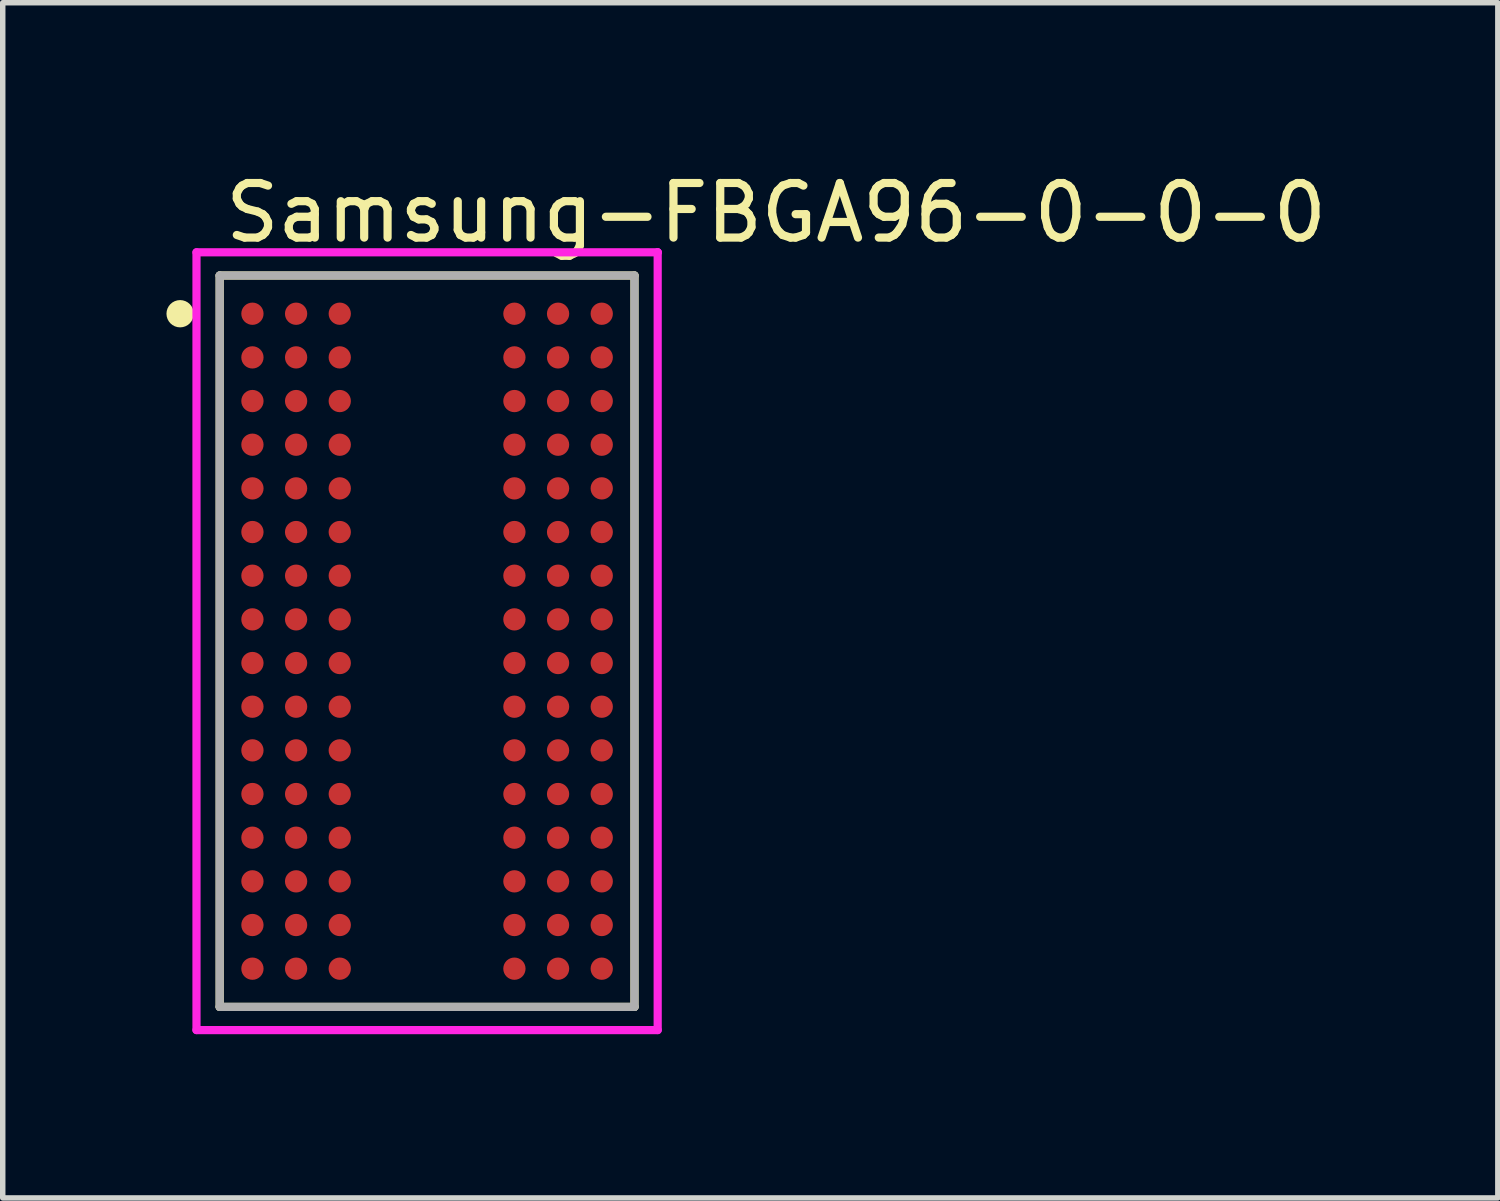
<source format=kicad_pcb>
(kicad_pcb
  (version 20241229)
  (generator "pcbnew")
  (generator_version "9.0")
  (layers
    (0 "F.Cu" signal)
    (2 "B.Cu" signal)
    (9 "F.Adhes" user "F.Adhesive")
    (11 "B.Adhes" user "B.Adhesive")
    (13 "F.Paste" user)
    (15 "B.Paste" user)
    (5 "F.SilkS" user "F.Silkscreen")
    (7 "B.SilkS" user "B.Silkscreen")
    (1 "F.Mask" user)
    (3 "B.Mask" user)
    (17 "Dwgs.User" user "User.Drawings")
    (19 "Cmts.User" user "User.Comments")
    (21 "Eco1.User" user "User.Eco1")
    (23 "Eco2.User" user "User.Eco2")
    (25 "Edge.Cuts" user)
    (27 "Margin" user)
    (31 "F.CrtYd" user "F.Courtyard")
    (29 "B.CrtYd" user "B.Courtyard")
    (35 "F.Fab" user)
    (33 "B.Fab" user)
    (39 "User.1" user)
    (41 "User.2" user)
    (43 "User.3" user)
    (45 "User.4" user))
  (footprint "Samsung-FBGA96-0-0-0"
    (layer "F.Cu")
    (at 4.775 8.698)
    (property "Reference" "Samsung-FBGA96-0-0-0" (at -3.775 -7.85 0) (layer "F.SilkS") (effects (font (size 1 1) (thickness 0.15)) (justify left)))
    (attr through_hole)
    (fp_line (start -3.8 -6.7) (end 3.8 -6.7) (stroke (width 0.15) (type solid)) (layer "F.SilkS"))
    (fp_line (start -3.8 6.7) (end -3.8 -6.7) (stroke (width 0.15) (type solid)) (layer "F.SilkS"))
    (fp_line (start -3.8 6.7) (end 3.8 6.7) (stroke (width 0.15) (type solid)) (layer "F.SilkS"))
    (fp_line (start 3.8 6.7) (end 3.8 -6.7) (stroke (width 0.15) (type solid)) (layer "F.SilkS"))
    (fp_circle (center -4.525 -6) (end -4.4 -6) (stroke (width 0.25) (type solid)) (fill no) (layer "F.SilkS"))
    (fp_line (start -4.225 -7.125) (end -4.225 7.125) (stroke (width 0.15) (type solid)) (layer "F.CrtYd"))
    (fp_line (start -4.225 7.125) (end 4.225 7.125) (stroke (width 0.15) (type solid)) (layer "F.CrtYd"))
    (fp_line (start 4.225 -7.125) (end -4.225 -7.125) (stroke (width 0.15) (type solid)) (layer "F.CrtYd"))
    (fp_line (start 4.225 -7.125) (end 4.225 -7.125) (stroke (width 0.15) (type solid)) (layer "F.CrtYd"))
    (fp_line (start 4.225 7.125) (end 4.225 -7.125) (stroke (width 0.15) (type solid)) (layer "F.CrtYd"))
    (fp_line (start -3.8 -6.7) (end 3.8 -6.7) (stroke (width 0.15) (type solid)) (layer "F.Fab"))
    (fp_line (start -3.8 6.7) (end -3.8 -6.7) (stroke (width 0.15) (type solid)) (layer "F.Fab"))
    (fp_line (start 3.8 -6.7) (end 3.8 6.7) (stroke (width 0.15) (type solid)) (layer "F.Fab"))
    (fp_line (start 3.8 6.7) (end -3.8 6.7) (stroke (width 0.15) (type solid)) (layer "F.Fab"))
    (pad "A1" smd circle (at -3.2 -6) (size 0.408 0.408) (layers "F.Cu" "F.Mask" "F.Paste"))
    (pad "A2" smd circle (at -2.4 -6) (size 0.408 0.408) (layers "F.Cu" "F.Mask" "F.Paste"))
    (pad "A3" smd circle (at -1.6 -6) (size 0.408 0.408) (layers "F.Cu" "F.Mask" "F.Paste"))
    (pad "A7" smd circle (at 1.6 -6) (size 0.408 0.408) (layers "F.Cu" "F.Mask" "F.Paste"))
    (pad "A8" smd circle (at 2.4 -6) (size 0.408 0.408) (layers "F.Cu" "F.Mask" "F.Paste"))
    (pad "A9" smd circle (at 3.2 -6) (size 0.408 0.408) (layers "F.Cu" "F.Mask" "F.Paste"))
    (pad "B1" smd circle (at -3.2 -5.2) (size 0.408 0.408) (layers "F.Cu" "F.Mask" "F.Paste"))
    (pad "B2" smd circle (at -2.4 -5.2) (size 0.408 0.408) (layers "F.Cu" "F.Mask" "F.Paste"))
    (pad "B3" smd circle (at -1.6 -5.2) (size 0.408 0.408) (layers "F.Cu" "F.Mask" "F.Paste"))
    (pad "B7" smd circle (at 1.6 -5.2) (size 0.408 0.408) (layers "F.Cu" "F.Mask" "F.Paste"))
    (pad "B8" smd circle (at 2.4 -5.2) (size 0.408 0.408) (layers "F.Cu" "F.Mask" "F.Paste"))
    (pad "B9" smd circle (at 3.2 -5.2) (size 0.408 0.408) (layers "F.Cu" "F.Mask" "F.Paste"))
    (pad "C1" smd circle (at -3.2 -4.4) (size 0.408 0.408) (layers "F.Cu" "F.Mask" "F.Paste"))
    (pad "C2" smd circle (at -2.4 -4.4) (size 0.408 0.408) (layers "F.Cu" "F.Mask" "F.Paste"))
    (pad "C3" smd circle (at -1.6 -4.4) (size 0.408 0.408) (layers "F.Cu" "F.Mask" "F.Paste"))
    (pad "C7" smd circle (at 1.6 -4.4) (size 0.408 0.408) (layers "F.Cu" "F.Mask" "F.Paste"))
    (pad "C8" smd circle (at 2.4 -4.4) (size 0.408 0.408) (layers "F.Cu" "F.Mask" "F.Paste"))
    (pad "C9" smd circle (at 3.2 -4.4) (size 0.408 0.408) (layers "F.Cu" "F.Mask" "F.Paste"))
    (pad "D1" smd circle (at -3.2 -3.6) (size 0.408 0.408) (layers "F.Cu" "F.Mask" "F.Paste"))
    (pad "D2" smd circle (at -2.4 -3.6) (size 0.408 0.408) (layers "F.Cu" "F.Mask" "F.Paste"))
    (pad "D3" smd circle (at -1.6 -3.6) (size 0.408 0.408) (layers "F.Cu" "F.Mask" "F.Paste"))
    (pad "D7" smd circle (at 1.6 -3.6) (size 0.408 0.408) (layers "F.Cu" "F.Mask" "F.Paste"))
    (pad "D8" smd circle (at 2.4 -3.6) (size 0.408 0.408) (layers "F.Cu" "F.Mask" "F.Paste"))
    (pad "D9" smd circle (at 3.2 -3.6) (size 0.408 0.408) (layers "F.Cu" "F.Mask" "F.Paste"))
    (pad "E1" smd circle (at -3.2 -2.8) (size 0.408 0.408) (layers "F.Cu" "F.Mask" "F.Paste"))
    (pad "E2" smd circle (at -2.4 -2.8) (size 0.408 0.408) (layers "F.Cu" "F.Mask" "F.Paste"))
    (pad "E3" smd circle (at -1.6 -2.8) (size 0.408 0.408) (layers "F.Cu" "F.Mask" "F.Paste"))
    (pad "E7" smd circle (at 1.6 -2.8) (size 0.408 0.408) (layers "F.Cu" "F.Mask" "F.Paste"))
    (pad "E8" smd circle (at 2.4 -2.8) (size 0.408 0.408) (layers "F.Cu" "F.Mask" "F.Paste"))
    (pad "E9" smd circle (at 3.2 -2.8) (size 0.408 0.408) (layers "F.Cu" "F.Mask" "F.Paste"))
    (pad "F1" smd circle (at -3.2 -2) (size 0.408 0.408) (layers "F.Cu" "F.Mask" "F.Paste"))
    (pad "F2" smd circle (at -2.4 -2) (size 0.408 0.408) (layers "F.Cu" "F.Mask" "F.Paste"))
    (pad "F3" smd circle (at -1.6 -2) (size 0.408 0.408) (layers "F.Cu" "F.Mask" "F.Paste"))
    (pad "F7" smd circle (at 1.6 -2) (size 0.408 0.408) (layers "F.Cu" "F.Mask" "F.Paste"))
    (pad "F8" smd circle (at 2.4 -2) (size 0.408 0.408) (layers "F.Cu" "F.Mask" "F.Paste"))
    (pad "F9" smd circle (at 3.2 -2) (size 0.408 0.408) (layers "F.Cu" "F.Mask" "F.Paste"))
    (pad "G1" smd circle (at -3.2 -1.2) (size 0.408 0.408) (layers "F.Cu" "F.Mask" "F.Paste"))
    (pad "G2" smd circle (at -2.4 -1.2) (size 0.408 0.408) (layers "F.Cu" "F.Mask" "F.Paste"))
    (pad "G3" smd circle (at -1.6 -1.2) (size 0.408 0.408) (layers "F.Cu" "F.Mask" "F.Paste"))
    (pad "G7" smd circle (at 1.6 -1.2) (size 0.408 0.408) (layers "F.Cu" "F.Mask" "F.Paste"))
    (pad "G8" smd circle (at 2.4 -1.2) (size 0.408 0.408) (layers "F.Cu" "F.Mask" "F.Paste"))
    (pad "G9" smd circle (at 3.2 -1.2) (size 0.408 0.408) (layers "F.Cu" "F.Mask" "F.Paste"))
    (pad "H1" smd circle (at -3.2 -0.4) (size 0.408 0.408) (layers "F.Cu" "F.Mask" "F.Paste"))
    (pad "H2" smd circle (at -2.4 -0.4) (size 0.408 0.408) (layers "F.Cu" "F.Mask" "F.Paste"))
    (pad "H3" smd circle (at -1.6 -0.4) (size 0.408 0.408) (layers "F.Cu" "F.Mask" "F.Paste"))
    (pad "H7" smd circle (at 1.6 -0.4) (size 0.408 0.408) (layers "F.Cu" "F.Mask" "F.Paste"))
    (pad "H8" smd circle (at 2.4 -0.4) (size 0.408 0.408) (layers "F.Cu" "F.Mask" "F.Paste"))
    (pad "H9" smd circle (at 3.2 -0.4) (size 0.408 0.408) (layers "F.Cu" "F.Mask" "F.Paste"))
    (pad "J1" smd circle (at -3.2 0.4) (size 0.408 0.408) (layers "F.Cu" "F.Mask" "F.Paste"))
    (pad "J2" smd circle (at -2.4 0.4) (size 0.408 0.408) (layers "F.Cu" "F.Mask" "F.Paste"))
    (pad "J3" smd circle (at -1.6 0.4) (size 0.408 0.408) (layers "F.Cu" "F.Mask" "F.Paste"))
    (pad "J7" smd circle (at 1.6 0.4) (size 0.408 0.408) (layers "F.Cu" "F.Mask" "F.Paste"))
    (pad "J8" smd circle (at 2.4 0.4) (size 0.408 0.408) (layers "F.Cu" "F.Mask" "F.Paste"))
    (pad "J9" smd circle (at 3.2 0.4) (size 0.408 0.408) (layers "F.Cu" "F.Mask" "F.Paste"))
    (pad "K1" smd circle (at -3.2 1.2) (size 0.408 0.408) (layers "F.Cu" "F.Mask" "F.Paste"))
    (pad "K2" smd circle (at -2.4 1.2) (size 0.408 0.408) (layers "F.Cu" "F.Mask" "F.Paste"))
    (pad "K3" smd circle (at -1.6 1.2) (size 0.408 0.408) (layers "F.Cu" "F.Mask" "F.Paste"))
    (pad "K7" smd circle (at 1.6 1.2) (size 0.408 0.408) (layers "F.Cu" "F.Mask" "F.Paste"))
    (pad "K8" smd circle (at 2.4 1.2) (size 0.408 0.408) (layers "F.Cu" "F.Mask" "F.Paste"))
    (pad "K9" smd circle (at 3.2 1.2) (size 0.408 0.408) (layers "F.Cu" "F.Mask" "F.Paste"))
    (pad "L1" smd circle (at -3.2 2) (size 0.408 0.408) (layers "F.Cu" "F.Mask" "F.Paste"))
    (pad "L2" smd circle (at -2.4 2) (size 0.408 0.408) (layers "F.Cu" "F.Mask" "F.Paste"))
    (pad "L3" smd circle (at -1.6 2) (size 0.408 0.408) (layers "F.Cu" "F.Mask" "F.Paste"))
    (pad "L7" smd circle (at 1.6 2) (size 0.408 0.408) (layers "F.Cu" "F.Mask" "F.Paste"))
    (pad "L8" smd circle (at 2.4 2) (size 0.408 0.408) (layers "F.Cu" "F.Mask" "F.Paste"))
    (pad "L9" smd circle (at 3.2 2) (size 0.408 0.408) (layers "F.Cu" "F.Mask" "F.Paste"))
    (pad "M1" smd circle (at -3.2 2.8) (size 0.408 0.408) (layers "F.Cu" "F.Mask" "F.Paste"))
    (pad "M2" smd circle (at -2.4 2.8) (size 0.408 0.408) (layers "F.Cu" "F.Mask" "F.Paste"))
    (pad "M3" smd circle (at -1.6 2.8) (size 0.408 0.408) (layers "F.Cu" "F.Mask" "F.Paste"))
    (pad "M7" smd circle (at 1.6 2.8) (size 0.408 0.408) (layers "F.Cu" "F.Mask" "F.Paste"))
    (pad "M8" smd circle (at 2.4 2.8) (size 0.408 0.408) (layers "F.Cu" "F.Mask" "F.Paste"))
    (pad "M9" smd circle (at 3.2 2.8) (size 0.408 0.408) (layers "F.Cu" "F.Mask" "F.Paste"))
    (pad "N1" smd circle (at -3.2 3.6) (size 0.408 0.408) (layers "F.Cu" "F.Mask" "F.Paste"))
    (pad "N2" smd circle (at -2.4 3.6) (size 0.408 0.408) (layers "F.Cu" "F.Mask" "F.Paste"))
    (pad "N3" smd circle (at -1.6 3.6) (size 0.408 0.408) (layers "F.Cu" "F.Mask" "F.Paste"))
    (pad "N7" smd circle (at 1.6 3.6) (size 0.408 0.408) (layers "F.Cu" "F.Mask" "F.Paste"))
    (pad "N8" smd circle (at 2.4 3.6) (size 0.408 0.408) (layers "F.Cu" "F.Mask" "F.Paste"))
    (pad "N9" smd circle (at 3.2 3.6) (size 0.408 0.408) (layers "F.Cu" "F.Mask" "F.Paste"))
    (pad "P1" smd circle (at -3.2 4.4) (size 0.408 0.408) (layers "F.Cu" "F.Mask" "F.Paste"))
    (pad "P2" smd circle (at -2.4 4.4) (size 0.408 0.408) (layers "F.Cu" "F.Mask" "F.Paste"))
    (pad "P3" smd circle (at -1.6 4.4) (size 0.408 0.408) (layers "F.Cu" "F.Mask" "F.Paste"))
    (pad "P7" smd circle (at 1.6 4.4) (size 0.408 0.408) (layers "F.Cu" "F.Mask" "F.Paste"))
    (pad "P8" smd circle (at 2.4 4.4) (size 0.408 0.408) (layers "F.Cu" "F.Mask" "F.Paste"))
    (pad "P9" smd circle (at 3.2 4.4) (size 0.408 0.408) (layers "F.Cu" "F.Mask" "F.Paste"))
    (pad "R1" smd circle (at -3.2 5.2) (size 0.408 0.408) (layers "F.Cu" "F.Mask" "F.Paste"))
    (pad "R2" smd circle (at -2.4 5.2) (size 0.408 0.408) (layers "F.Cu" "F.Mask" "F.Paste"))
    (pad "R3" smd circle (at -1.6 5.2) (size 0.408 0.408) (layers "F.Cu" "F.Mask" "F.Paste"))
    (pad "R7" smd circle (at 1.6 5.2) (size 0.408 0.408) (layers "F.Cu" "F.Mask" "F.Paste"))
    (pad "R8" smd circle (at 2.4 5.2) (size 0.408 0.408) (layers "F.Cu" "F.Mask" "F.Paste"))
    (pad "R9" smd circle (at 3.2 5.2) (size 0.408 0.408) (layers "F.Cu" "F.Mask" "F.Paste"))
    (pad "T1" smd circle (at -3.2 6) (size 0.408 0.408) (layers "F.Cu" "F.Mask" "F.Paste"))
    (pad "T2" smd circle (at -2.4 6) (size 0.408 0.408) (layers "F.Cu" "F.Mask" "F.Paste"))
    (pad "T3" smd circle (at -1.6 6) (size 0.408 0.408) (layers "F.Cu" "F.Mask" "F.Paste"))
    (pad "T7" smd circle (at 1.6 6) (size 0.408 0.408) (layers "F.Cu" "F.Mask" "F.Paste"))
    (pad "T8" smd circle (at 2.4 6) (size 0.408 0.408) (layers "F.Cu" "F.Mask" "F.Paste"))
    (pad "T9" smd circle (at 3.2 6) (size 0.408 0.408) (layers "F.Cu" "F.Mask" "F.Paste")))
  (gr_rect
    (start -3 -3)
    (end 24.393 18.898)
    (stroke (width 0.1) (type default))
    (fill no)
    (layer "Edge.Cuts")))
</source>
